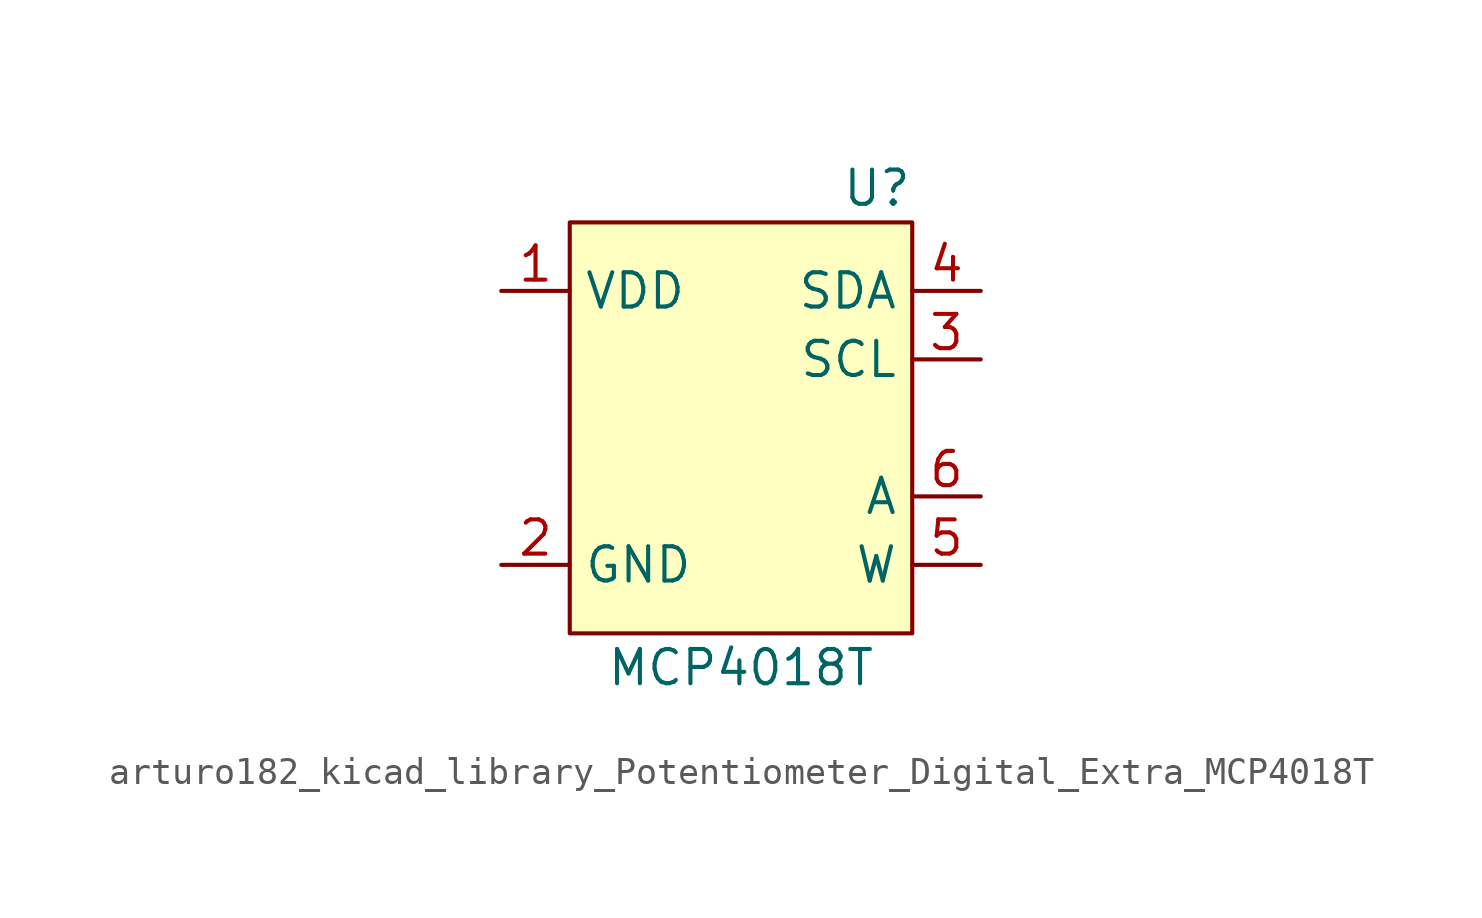
<source format=kicad_sym>
(kicad_symbol_lib
  (version 20220914)
  (generator kicad_symbol_editor)
  (symbol "Potentiometer_Digital_Extra:arturo182_kicad_library_Potentiometer_Digital_Extra_MCP4018T"
    (property "Reference" "U"
      (at 6.35 8.89 0)
      (effects (font (size 1.27 1.27)) (justify right)))
    (property "Value" "MCP4018T"
      (at 0 -8.89 0)
      (effects (font (size 1.27 1.27))))
    (symbol "arturo182_kicad_library_Potentiometer_Digital_Extra_MCP4018T_0_1"
      (rectangle (start -6.35 7.62) (end 6.35 -7.62) (stroke (width 0)) (fill (type background))))
    (symbol "arturo182_kicad_library_Potentiometer_Digital_Extra_MCP4018T_1_1"
      (pin power_in line (at -8.89 5.08 0) (length 2.54) (name "VDD" (effects (font (size 1.27 1.27)))) (number "1" (effects (font (size 1.27 1.27)))))
      (pin power_in line (at -8.89 -5.08 0) (length 2.54) (name "GND" (effects (font (size 1.27 1.27)))) (number "2" (effects (font (size 1.27 1.27)))))
      (pin input line (at 8.89 2.54 180) (length 2.54) (name "SCL" (effects (font (size 1.27 1.27)))) (number "3" (effects (font (size 1.27 1.27)))))
      (pin bidirectional line (at 8.89 5.08 180) (length 2.54) (name "SDA" (effects (font (size 1.27 1.27)))) (number "4" (effects (font (size 1.27 1.27)))))
      (pin power_in line (at 8.89 -5.08 180) (length 2.54) (name "W" (effects (font (size 1.27 1.27)))) (number "5" (effects (font (size 1.27 1.27)))))
      (pin output line (at 8.89 -2.54 180) (length 2.54) (name "A" (effects (font (size 1.27 1.27)))) (number "6" (effects (font (size 1.27 1.27))))))))
</source>
